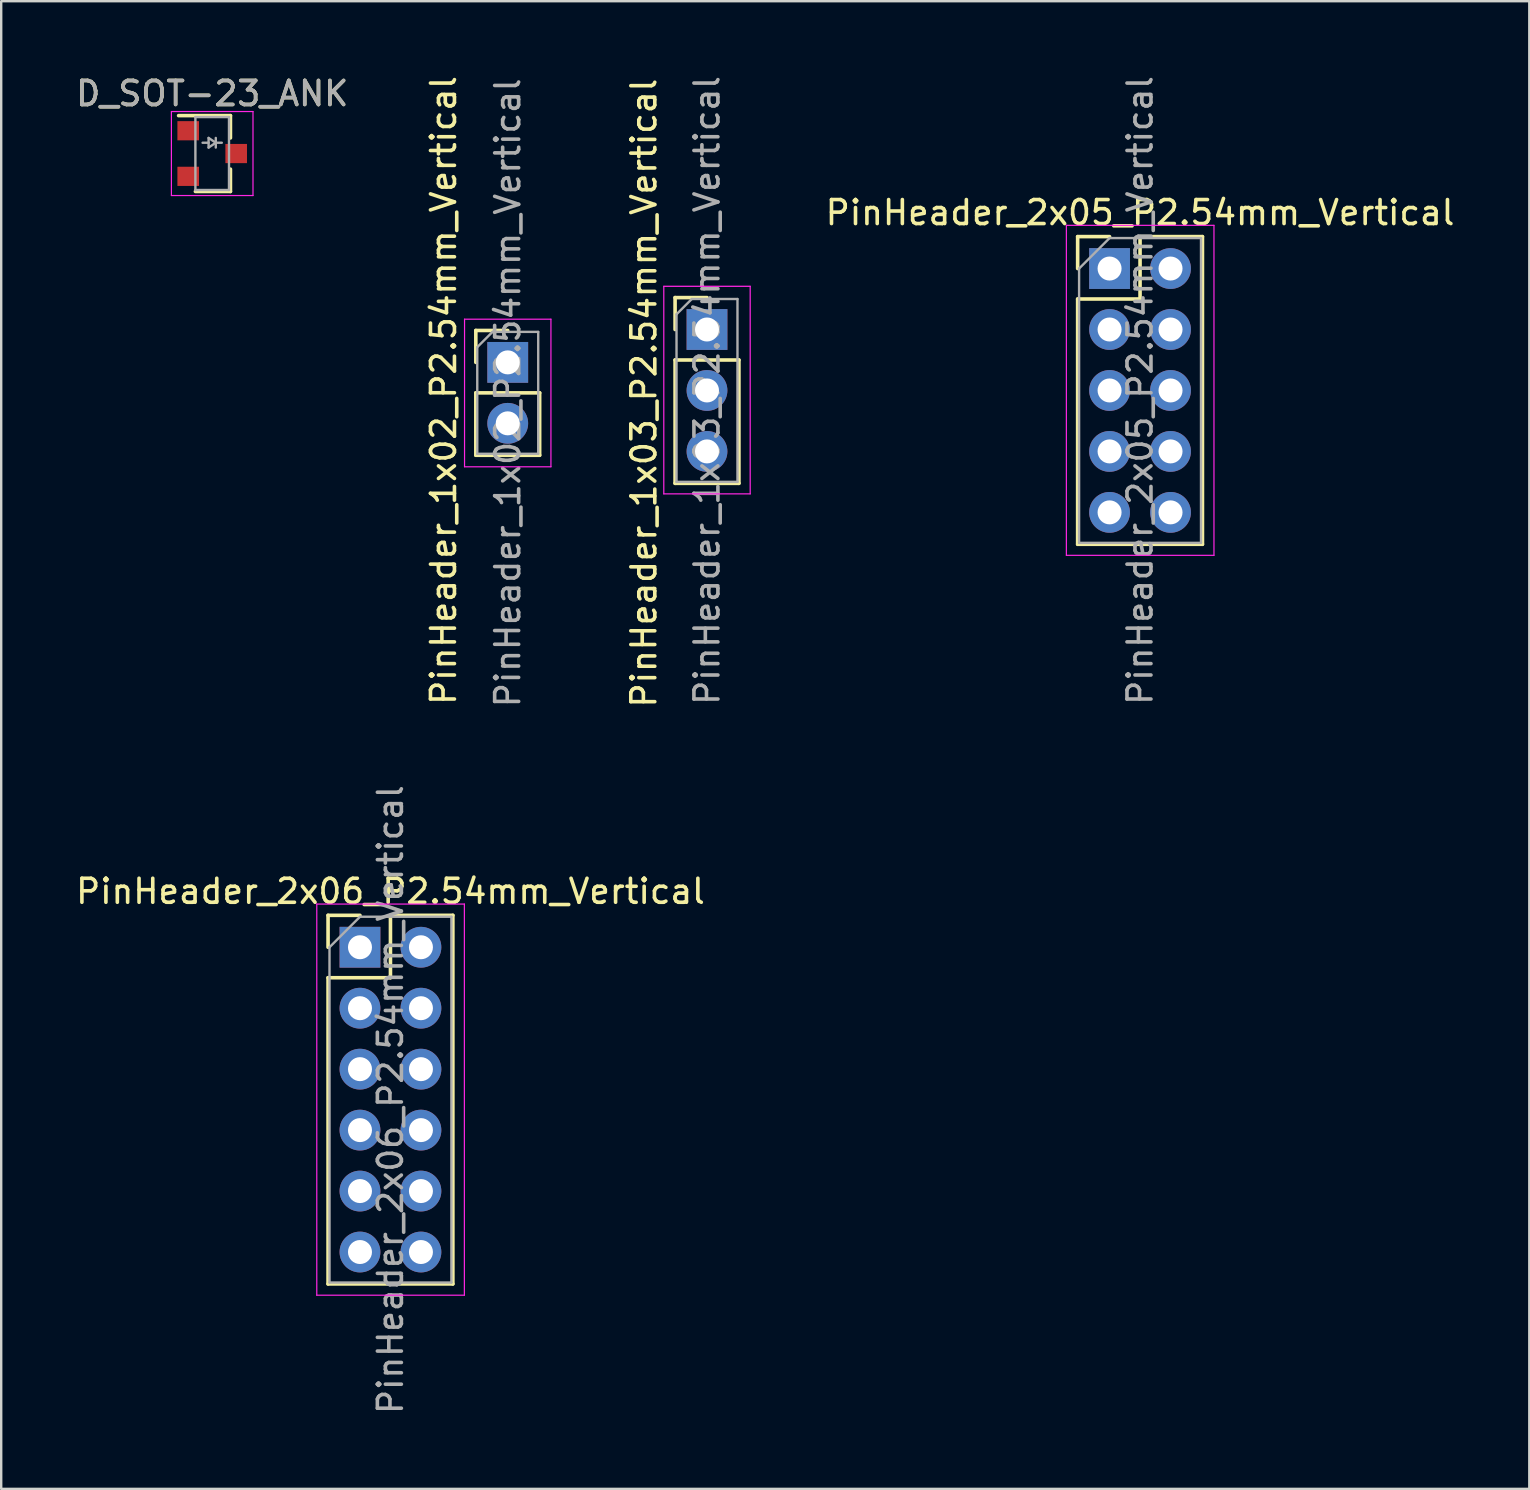
<source format=kicad_pcb>
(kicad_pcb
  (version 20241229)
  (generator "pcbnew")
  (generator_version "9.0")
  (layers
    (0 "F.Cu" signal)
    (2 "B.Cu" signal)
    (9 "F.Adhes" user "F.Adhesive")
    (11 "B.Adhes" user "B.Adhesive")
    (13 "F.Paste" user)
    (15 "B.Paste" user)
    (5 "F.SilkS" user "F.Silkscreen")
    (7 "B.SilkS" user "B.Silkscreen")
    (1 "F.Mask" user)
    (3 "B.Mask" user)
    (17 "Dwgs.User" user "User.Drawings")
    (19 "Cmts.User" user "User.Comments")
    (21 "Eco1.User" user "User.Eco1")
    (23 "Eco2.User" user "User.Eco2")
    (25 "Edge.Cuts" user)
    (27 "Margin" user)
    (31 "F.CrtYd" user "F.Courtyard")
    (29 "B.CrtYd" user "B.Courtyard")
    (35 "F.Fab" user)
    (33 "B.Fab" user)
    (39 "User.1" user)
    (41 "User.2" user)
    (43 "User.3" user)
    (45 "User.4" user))
  (footprint "PinHeader_2x06_P2.54mm_Vertical"
    (layer "F.Cu")
    (at 11.95 36.421)
    (property "Reference" "PinHeader_2x06_P2.54mm_Vertical" (at 1.27 -2.33 0) (layer "F.SilkS") (effects (font (size 1 1) (thickness 0.15))))
    (attr through_hole)
    (fp_line (start -1.33 -1.33) (end 0 -1.33) (stroke (width 0.15) (type solid)) (layer "F.SilkS"))
    (fp_line (start -1.33 0) (end -1.33 -1.33) (stroke (width 0.15) (type solid)) (layer "F.SilkS"))
    (fp_line (start -1.33 1.27) (end -1.33 14.03) (stroke (width 0.15) (type solid)) (layer "F.SilkS"))
    (fp_line (start -1.33 1.27) (end 1.27 1.27) (stroke (width 0.15) (type solid)) (layer "F.SilkS"))
    (fp_line (start -1.33 14.03) (end 3.87 14.03) (stroke (width 0.15) (type solid)) (layer "F.SilkS"))
    (fp_line (start 1.27 -1.33) (end 3.87 -1.33) (stroke (width 0.15) (type solid)) (layer "F.SilkS"))
    (fp_line (start 1.27 1.27) (end 1.27 -1.33) (stroke (width 0.15) (type solid)) (layer "F.SilkS"))
    (fp_line (start 3.87 -1.33) (end 3.87 14.03) (stroke (width 0.15) (type solid)) (layer "F.SilkS"))
    (fp_line (start -1.8 -1.8) (end -1.8 14.5) (stroke (width 0.05) (type solid)) (layer "F.CrtYd"))
    (fp_line (start -1.8 14.5) (end 4.35 14.5) (stroke (width 0.05) (type solid)) (layer "F.CrtYd"))
    (fp_line (start 4.35 -1.8) (end -1.8 -1.8) (stroke (width 0.05) (type solid)) (layer "F.CrtYd"))
    (fp_line (start 4.35 14.5) (end 4.35 -1.8) (stroke (width 0.05) (type solid)) (layer "F.CrtYd"))
    (fp_line (start -1.27 0) (end 0 -1.27) (stroke (width 0.1) (type solid)) (layer "F.Fab"))
    (fp_line (start -1.27 13.97) (end -1.27 0) (stroke (width 0.1) (type solid)) (layer "F.Fab"))
    (fp_line (start 0 -1.27) (end 3.81 -1.27) (stroke (width 0.1) (type solid)) (layer "F.Fab"))
    (fp_line (start 3.81 -1.27) (end 3.81 13.97) (stroke (width 0.1) (type solid)) (layer "F.Fab"))
    (fp_line (start 3.81 13.97) (end -1.27 13.97) (stroke (width 0.1) (type solid)) (layer "F.Fab"))
    (fp_text user "${REFERENCE}" (at 1.27 6.35 90) (layer "F.Fab") (effects (font (size 1 1) (thickness 0.15))))
    (pad "1" thru_hole rect (at 0 0) (size 1.7 1.7) (drill 1) (layers "*.Cu" "*.Mask"))
    (pad "2" thru_hole oval (at 2.54 0) (size 1.7 1.7) (drill 1) (layers "*.Cu" "*.Mask"))
    (pad "3" thru_hole oval (at 0 2.54) (size 1.7 1.7) (drill 1) (layers "*.Cu" "*.Mask"))
    (pad "4" thru_hole oval (at 2.54 2.54) (size 1.7 1.7) (drill 1) (layers "*.Cu" "*.Mask"))
    (pad "5" thru_hole oval (at 0 5.08) (size 1.7 1.7) (drill 1) (layers "*.Cu" "*.Mask"))
    (pad "6" thru_hole oval (at 2.54 5.08) (size 1.7 1.7) (drill 1) (layers "*.Cu" "*.Mask"))
    (pad "7" thru_hole oval (at 0 7.62) (size 1.7 1.7) (drill 1) (layers "*.Cu" "*.Mask"))
    (pad "8" thru_hole oval (at 2.54 7.62) (size 1.7 1.7) (drill 1) (layers "*.Cu" "*.Mask"))
    (pad "9" thru_hole oval (at 0 10.16) (size 1.7 1.7) (drill 1) (layers "*.Cu" "*.Mask"))
    (pad "10" thru_hole oval (at 2.54 10.16) (size 1.7 1.7) (drill 1) (layers "*.Cu" "*.Mask"))
    (pad "11" thru_hole oval (at 0 12.7) (size 1.7 1.7) (drill 1) (layers "*.Cu" "*.Mask"))
    (pad "12" thru_hole oval (at 2.54 12.7) (size 1.7 1.7) (drill 1) (layers "*.Cu" "*.Mask")))
  (footprint "PinHeader_1x03_P2.54mm_Vertical"
    (layer "F.Cu")
    (at 26.41 10.68)
    (property "Reference" "PinHeader_1x03_P2.54mm_Vertical" (at -2.63 2.65 90) (layer "F.SilkS") (effects (font (size 1 1) (thickness 0.15))))
    (attr through_hole)
    (fp_line (start -1.33 -1.33) (end 0 -1.33) (stroke (width 0.15) (type solid)) (layer "F.SilkS"))
    (fp_line (start -1.33 0) (end -1.33 -1.33) (stroke (width 0.15) (type solid)) (layer "F.SilkS"))
    (fp_line (start -1.33 1.27) (end -1.33 6.41) (stroke (width 0.15) (type solid)) (layer "F.SilkS"))
    (fp_line (start -1.33 1.27) (end 1.33 1.27) (stroke (width 0.15) (type solid)) (layer "F.SilkS"))
    (fp_line (start -1.33 6.41) (end 1.33 6.41) (stroke (width 0.15) (type solid)) (layer "F.SilkS"))
    (fp_line (start 1.33 1.27) (end 1.33 6.41) (stroke (width 0.15) (type solid)) (layer "F.SilkS"))
    (fp_line (start -1.8 -1.8) (end -1.8 6.85) (stroke (width 0.05) (type solid)) (layer "F.CrtYd"))
    (fp_line (start -1.8 6.85) (end 1.8 6.85) (stroke (width 0.05) (type solid)) (layer "F.CrtYd"))
    (fp_line (start 1.8 -1.8) (end -1.8 -1.8) (stroke (width 0.05) (type solid)) (layer "F.CrtYd"))
    (fp_line (start 1.8 6.85) (end 1.8 -1.8) (stroke (width 0.05) (type solid)) (layer "F.CrtYd"))
    (fp_line (start -1.27 -0.635) (end -0.635 -1.27) (stroke (width 0.1) (type solid)) (layer "F.Fab"))
    (fp_line (start -1.27 6.35) (end -1.27 -0.635) (stroke (width 0.1) (type solid)) (layer "F.Fab"))
    (fp_line (start -0.635 -1.27) (end 1.27 -1.27) (stroke (width 0.1) (type solid)) (layer "F.Fab"))
    (fp_line (start 1.27 -1.27) (end 1.27 6.35) (stroke (width 0.1) (type solid)) (layer "F.Fab"))
    (fp_line (start 1.27 6.35) (end -1.27 6.35) (stroke (width 0.1) (type solid)) (layer "F.Fab"))
    (fp_text user "${REFERENCE}" (at 0 2.54 270) (layer "F.Fab") (effects (font (size 1 1) (thickness 0.15))))
    (pad "1" thru_hole rect (at 0 0) (size 1.7 1.7) (drill 1) (layers "*.Cu" "*.Mask"))
    (pad "2" thru_hole oval (at 0 2.54) (size 1.7 1.7) (drill 1) (layers "*.Cu" "*.Mask"))
    (pad "3" thru_hole oval (at 0 5.08) (size 1.7 1.7) (drill 1) (layers "*.Cu" "*.Mask")))
  (footprint "PinHeader_2x05_P2.54mm_Vertical"
    (layer "F.Cu")
    (at 43.185 8.14)
    (property "Reference" "PinHeader_2x05_P2.54mm_Vertical" (at 1.27 -2.33 0) (layer "F.SilkS") (effects (font (size 1 1) (thickness 0.15))))
    (attr through_hole)
    (fp_line (start -1.33 -1.33) (end 0 -1.33) (stroke (width 0.15) (type solid)) (layer "F.SilkS"))
    (fp_line (start -1.33 0) (end -1.33 -1.33) (stroke (width 0.15) (type solid)) (layer "F.SilkS"))
    (fp_line (start -1.33 1.27) (end -1.33 11.49) (stroke (width 0.15) (type solid)) (layer "F.SilkS"))
    (fp_line (start -1.33 1.27) (end 1.27 1.27) (stroke (width 0.15) (type solid)) (layer "F.SilkS"))
    (fp_line (start -1.33 11.49) (end 3.87 11.49) (stroke (width 0.15) (type solid)) (layer "F.SilkS"))
    (fp_line (start 1.27 -1.33) (end 3.87 -1.33) (stroke (width 0.15) (type solid)) (layer "F.SilkS"))
    (fp_line (start 1.27 1.27) (end 1.27 -1.33) (stroke (width 0.15) (type solid)) (layer "F.SilkS"))
    (fp_line (start 3.87 -1.33) (end 3.87 11.49) (stroke (width 0.15) (type solid)) (layer "F.SilkS"))
    (fp_line (start -1.8 -1.8) (end -1.8 11.95) (stroke (width 0.05) (type solid)) (layer "F.CrtYd"))
    (fp_line (start -1.8 11.95) (end 4.35 11.95) (stroke (width 0.05) (type solid)) (layer "F.CrtYd"))
    (fp_line (start 4.35 -1.8) (end -1.8 -1.8) (stroke (width 0.05) (type solid)) (layer "F.CrtYd"))
    (fp_line (start 4.35 11.95) (end 4.35 -1.8) (stroke (width 0.05) (type solid)) (layer "F.CrtYd"))
    (fp_line (start -1.27 0) (end 0 -1.27) (stroke (width 0.1) (type solid)) (layer "F.Fab"))
    (fp_line (start -1.27 11.43) (end -1.27 0) (stroke (width 0.1) (type solid)) (layer "F.Fab"))
    (fp_line (start 0 -1.27) (end 3.81 -1.27) (stroke (width 0.1) (type solid)) (layer "F.Fab"))
    (fp_line (start 3.81 -1.27) (end 3.81 11.43) (stroke (width 0.1) (type solid)) (layer "F.Fab"))
    (fp_line (start 3.81 11.43) (end -1.27 11.43) (stroke (width 0.1) (type solid)) (layer "F.Fab"))
    (fp_text user "${REFERENCE}" (at 1.27 5.08 270) (layer "F.Fab") (effects (font (size 1 1) (thickness 0.15))))
    (pad "1" thru_hole rect (at 0 0) (size 1.7 1.7) (drill 1) (layers "*.Cu" "*.Mask"))
    (pad "2" thru_hole oval (at 2.54 0) (size 1.7 1.7) (drill 1) (layers "*.Cu" "*.Mask"))
    (pad "3" thru_hole oval (at 0 2.54) (size 1.7 1.7) (drill 1) (layers "*.Cu" "*.Mask"))
    (pad "4" thru_hole oval (at 2.54 2.54) (size 1.7 1.7) (drill 1) (layers "*.Cu" "*.Mask"))
    (pad "5" thru_hole oval (at 0 5.08) (size 1.7 1.7) (drill 1) (layers "*.Cu" "*.Mask"))
    (pad "6" thru_hole oval (at 2.54 5.08) (size 1.7 1.7) (drill 1) (layers "*.Cu" "*.Mask"))
    (pad "7" thru_hole oval (at 0 7.62) (size 1.7 1.7) (drill 1) (layers "*.Cu" "*.Mask"))
    (pad "8" thru_hole oval (at 2.54 7.62) (size 1.7 1.7) (drill 1) (layers "*.Cu" "*.Mask"))
    (pad "9" thru_hole oval (at 0 10.16) (size 1.7 1.7) (drill 1) (layers "*.Cu" "*.Mask"))
    (pad "10" thru_hole oval (at 2.54 10.16) (size 1.7 1.7) (drill 1) (layers "*.Cu" "*.Mask")))
  (footprint "PinHeader_1x02_P2.54mm_Vertical"
    (layer "F.Cu")
    (at 18.107 12.05)
    (property "Reference" "PinHeader_1x02_P2.54mm_Vertical" (at -2.675 1.17 90) (layer "F.SilkS") (effects (font (size 1 1) (thickness 0.15))))
    (attr through_hole)
    (fp_line (start -1.33 -1.33) (end 0 -1.33) (stroke (width 0.15) (type solid)) (layer "F.SilkS"))
    (fp_line (start -1.33 0) (end -1.33 -1.33) (stroke (width 0.15) (type solid)) (layer "F.SilkS"))
    (fp_line (start -1.33 1.27) (end -1.33 3.87) (stroke (width 0.15) (type solid)) (layer "F.SilkS"))
    (fp_line (start -1.33 1.27) (end 1.33 1.27) (stroke (width 0.15) (type solid)) (layer "F.SilkS"))
    (fp_line (start -1.33 3.87) (end 1.33 3.87) (stroke (width 0.15) (type solid)) (layer "F.SilkS"))
    (fp_line (start 1.33 1.27) (end 1.33 3.87) (stroke (width 0.15) (type solid)) (layer "F.SilkS"))
    (fp_line (start -1.8 -1.8) (end -1.8 4.35) (stroke (width 0.05) (type solid)) (layer "F.CrtYd"))
    (fp_line (start -1.8 4.35) (end 1.8 4.35) (stroke (width 0.05) (type solid)) (layer "F.CrtYd"))
    (fp_line (start 1.8 -1.8) (end -1.8 -1.8) (stroke (width 0.05) (type solid)) (layer "F.CrtYd"))
    (fp_line (start 1.8 4.35) (end 1.8 -1.8) (stroke (width 0.05) (type solid)) (layer "F.CrtYd"))
    (fp_line (start -1.27 -0.635) (end -0.635 -1.27) (stroke (width 0.1) (type solid)) (layer "F.Fab"))
    (fp_line (start -1.27 3.81) (end -1.27 -0.635) (stroke (width 0.1) (type solid)) (layer "F.Fab"))
    (fp_line (start -0.635 -1.27) (end 1.27 -1.27) (stroke (width 0.1) (type solid)) (layer "F.Fab"))
    (fp_line (start 1.27 -1.27) (end 1.27 3.81) (stroke (width 0.1) (type solid)) (layer "F.Fab"))
    (fp_line (start 1.27 3.81) (end -1.27 3.81) (stroke (width 0.1) (type solid)) (layer "F.Fab"))
    (fp_text user "${REFERENCE}" (at 0 1.27 270) (layer "F.Fab") (effects (font (size 1 1) (thickness 0.15))))
    (pad "1" thru_hole rect (at 0 0) (size 1.7 1.7) (drill 1) (layers "*.Cu" "*.Mask"))
    (pad "2" thru_hole oval (at 0 2.54) (size 1.7 1.7) (drill 1) (layers "*.Cu" "*.Mask")))
  (footprint "D_SOT-23_ANK"
    (layer "F.Cu")
    (at 5.792 3.348)
    (property "Reference" "D_SOT-23_ANK" (at 0 -2.5 180) (layer "F.SilkS") (effects (font (size 1 1) (thickness 0.15))))
    (attr smd)
    (fp_line (start 0.76 -1.58) (end -1.4 -1.58) (stroke (width 0.15) (type solid)) (layer "F.SilkS"))
    (fp_line (start 0.76 -1.58) (end 0.76 -0.65) (stroke (width 0.15) (type solid)) (layer "F.SilkS"))
    (fp_line (start 0.76 1.58) (end -0.7 1.58) (stroke (width 0.15) (type solid)) (layer "F.SilkS"))
    (fp_line (start 0.76 1.58) (end 0.76 0.65) (stroke (width 0.15) (type solid)) (layer "F.SilkS"))
    (fp_line (start -1.7 -1.75) (end 1.7 -1.75) (stroke (width 0.05) (type solid)) (layer "F.CrtYd"))
    (fp_line (start -1.7 1.75) (end -1.7 -1.75) (stroke (width 0.05) (type solid)) (layer "F.CrtYd"))
    (fp_line (start 1.7 -1.75) (end 1.7 1.75) (stroke (width 0.05) (type solid)) (layer "F.CrtYd"))
    (fp_line (start 1.7 1.75) (end -1.7 1.75) (stroke (width 0.05) (type solid)) (layer "F.CrtYd"))
    (fp_line (start -0.7 -1.52) (end -0.7 1.52) (stroke (width 0.1) (type solid)) (layer "F.Fab"))
    (fp_line (start -0.7 -1.52) (end 0.7 -1.52) (stroke (width 0.1) (type solid)) (layer "F.Fab"))
    (fp_line (start -0.7 1.52) (end 0.7 1.52) (stroke (width 0.1) (type solid)) (layer "F.Fab"))
    (fp_line (start -0.15 -0.65) (end -0.15 -0.25) (stroke (width 0.1) (type solid)) (layer "F.Fab"))
    (fp_line (start -0.15 -0.45) (end -0.4 -0.45) (stroke (width 0.1) (type solid)) (layer "F.Fab"))
    (fp_line (start -0.15 -0.25) (end 0.15 -0.45) (stroke (width 0.1) (type solid)) (layer "F.Fab"))
    (fp_line (start 0.15 -0.65) (end 0.15 -0.25) (stroke (width 0.1) (type solid)) (layer "F.Fab"))
    (fp_line (start 0.15 -0.45) (end -0.15 -0.65) (stroke (width 0.1) (type solid)) (layer "F.Fab"))
    (fp_line (start 0.15 -0.45) (end 0.4 -0.45) (stroke (width 0.1) (type solid)) (layer "F.Fab"))
    (fp_line (start 0.7 -1.52) (end 0.7 1.52) (stroke (width 0.1) (type solid)) (layer "F.Fab"))
    (fp_text user "${REFERENCE}" (at 0 -2.5 180) (layer "F.Fab") (effects (font (size 1 1) (thickness 0.15))))
    (pad "" smd rect (at -1 0.95) (size 0.9 0.8) (layers "F.Cu" "F.Mask" "F.Paste"))
    (pad "1" smd rect (at 1 0) (size 0.9 0.8) (layers "F.Cu" "F.Mask" "F.Paste"))
    (pad "2" smd rect (at -1 -0.95) (size 0.9 0.8) (layers "F.Cu" "F.Mask" "F.Paste")))
  (gr_rect
    (start -3 -3)
    (end 60.675 58.991)
    (stroke (width 0.1) (type default))
    (fill no)
    (layer "Edge.Cuts")))
</source>
